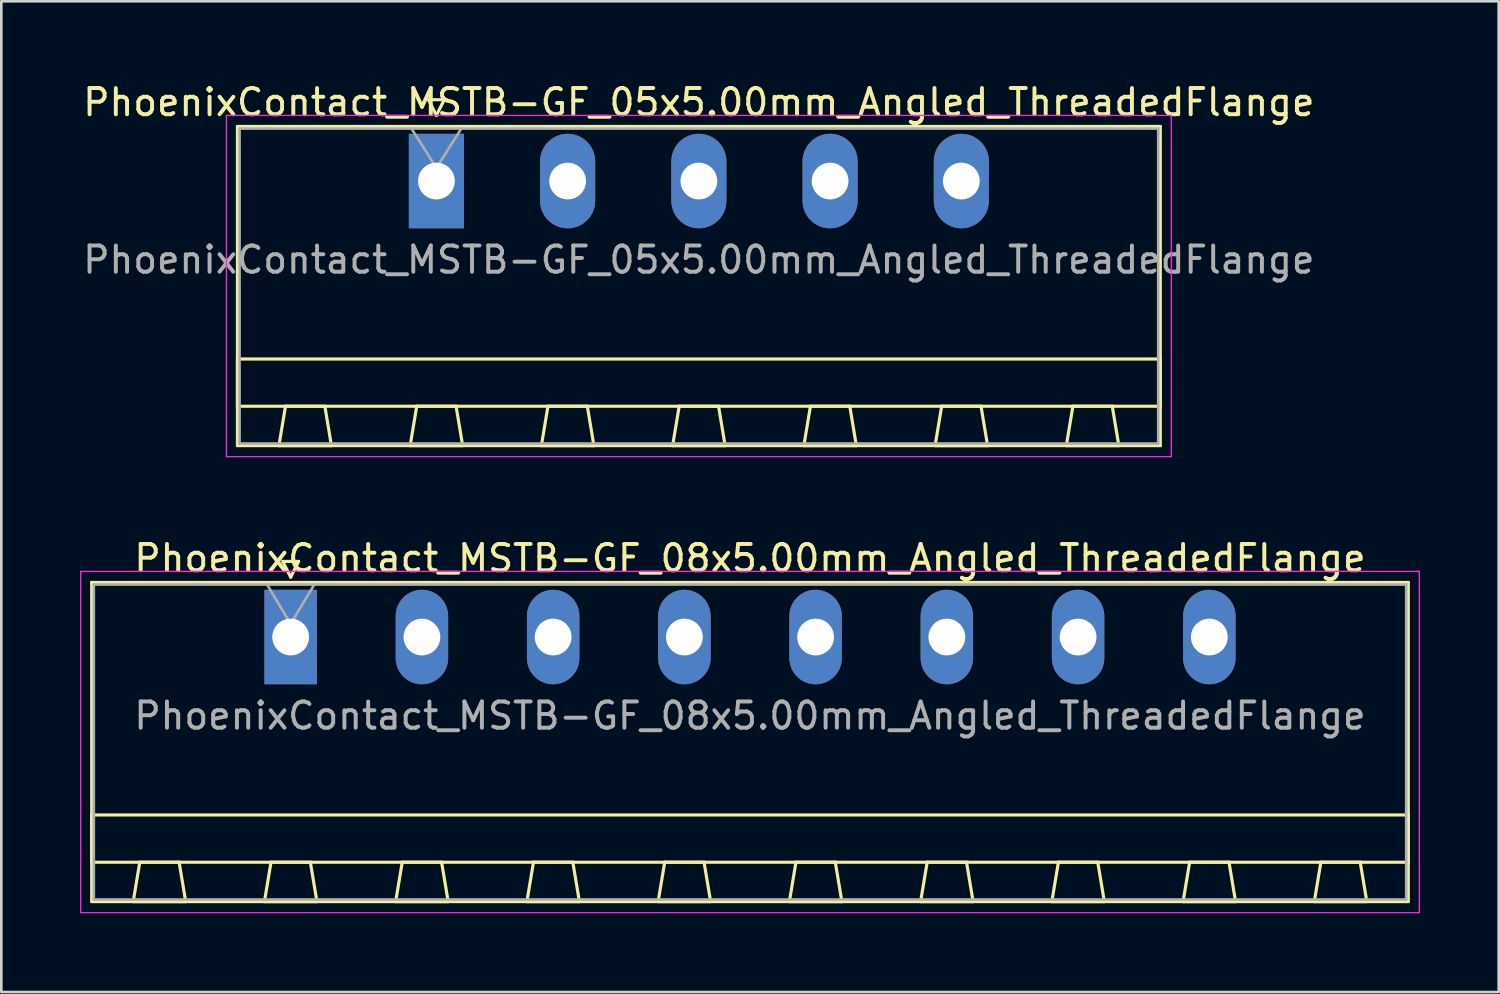
<source format=kicad_pcb>
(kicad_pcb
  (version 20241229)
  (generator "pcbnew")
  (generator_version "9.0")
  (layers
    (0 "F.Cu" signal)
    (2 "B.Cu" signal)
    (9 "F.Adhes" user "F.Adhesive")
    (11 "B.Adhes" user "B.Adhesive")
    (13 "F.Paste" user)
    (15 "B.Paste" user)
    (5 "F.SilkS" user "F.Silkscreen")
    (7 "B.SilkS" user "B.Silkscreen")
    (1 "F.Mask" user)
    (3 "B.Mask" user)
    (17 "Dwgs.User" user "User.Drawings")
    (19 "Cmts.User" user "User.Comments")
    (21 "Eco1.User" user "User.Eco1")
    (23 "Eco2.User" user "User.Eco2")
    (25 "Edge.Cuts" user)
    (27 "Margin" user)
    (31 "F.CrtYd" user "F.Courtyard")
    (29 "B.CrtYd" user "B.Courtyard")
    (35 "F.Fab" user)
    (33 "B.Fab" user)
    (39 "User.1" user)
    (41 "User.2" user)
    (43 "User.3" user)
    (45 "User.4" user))
  (footprint "PhoenixContact_MSTB-GF_05x5.00mm_Angled_ThreadedFlange"
    (layer "F.Cu")
    (at 13.577 3.848)
    (property "Reference" "PhoenixContact_MSTB-GF_05x5.00mm_Angled_ThreadedFlange" (at 10 -3 0) (layer "F.SilkS") (effects (font (size 1 1) (thickness 0.15))))
    (attr through_hole)
    (fp_line (start -7.58 -2.08) (end -7.58 10.08) (stroke (width 0.12) (type solid)) (layer "F.SilkS"))
    (fp_line (start -7.58 6.78) (end 27.58 6.78) (stroke (width 0.12) (type solid)) (layer "F.SilkS"))
    (fp_line (start -7.58 8.58) (end -7.58 6.78) (stroke (width 0.12) (type solid)) (layer "F.SilkS"))
    (fp_line (start -7.58 10.08) (end 27.58 10.08) (stroke (width 0.12) (type solid)) (layer "F.SilkS"))
    (fp_line (start -6 10.08) (end -4 10.08) (stroke (width 0.12) (type solid)) (layer "F.SilkS"))
    (fp_line (start -5.75 8.58) (end -6 10.08) (stroke (width 0.12) (type solid)) (layer "F.SilkS"))
    (fp_line (start -4.25 8.58) (end -5.75 8.58) (stroke (width 0.12) (type solid)) (layer "F.SilkS"))
    (fp_line (start -4 10.08) (end -4.25 8.58) (stroke (width 0.12) (type solid)) (layer "F.SilkS"))
    (fp_line (start -1 10.08) (end 1 10.08) (stroke (width 0.12) (type solid)) (layer "F.SilkS"))
    (fp_line (start -0.75 8.58) (end -1 10.08) (stroke (width 0.12) (type solid)) (layer "F.SilkS"))
    (fp_line (start -0.3 -3.1) (end 0.3 -3.1) (stroke (width 0.12) (type solid)) (layer "F.SilkS"))
    (fp_line (start 0 -2.5) (end -0.3 -3.1) (stroke (width 0.12) (type solid)) (layer "F.SilkS"))
    (fp_line (start 0.3 -3.1) (end 0 -2.5) (stroke (width 0.12) (type solid)) (layer "F.SilkS"))
    (fp_line (start 0.75 8.58) (end -0.75 8.58) (stroke (width 0.12) (type solid)) (layer "F.SilkS"))
    (fp_line (start 1 10.08) (end 0.75 8.58) (stroke (width 0.12) (type solid)) (layer "F.SilkS"))
    (fp_line (start 4 10.08) (end 6 10.08) (stroke (width 0.12) (type solid)) (layer "F.SilkS"))
    (fp_line (start 4.25 8.58) (end 4 10.08) (stroke (width 0.12) (type solid)) (layer "F.SilkS"))
    (fp_line (start 5.75 8.58) (end 4.25 8.58) (stroke (width 0.12) (type solid)) (layer "F.SilkS"))
    (fp_line (start 6 10.08) (end 5.75 8.58) (stroke (width 0.12) (type solid)) (layer "F.SilkS"))
    (fp_line (start 9 10.08) (end 11 10.08) (stroke (width 0.12) (type solid)) (layer "F.SilkS"))
    (fp_line (start 9.25 8.58) (end 9 10.08) (stroke (width 0.12) (type solid)) (layer "F.SilkS"))
    (fp_line (start 10.75 8.58) (end 9.25 8.58) (stroke (width 0.12) (type solid)) (layer "F.SilkS"))
    (fp_line (start 11 10.08) (end 10.75 8.58) (stroke (width 0.12) (type solid)) (layer "F.SilkS"))
    (fp_line (start 14 10.08) (end 16 10.08) (stroke (width 0.12) (type solid)) (layer "F.SilkS"))
    (fp_line (start 14.25 8.58) (end 14 10.08) (stroke (width 0.12) (type solid)) (layer "F.SilkS"))
    (fp_line (start 15.75 8.58) (end 14.25 8.58) (stroke (width 0.12) (type solid)) (layer "F.SilkS"))
    (fp_line (start 16 10.08) (end 15.75 8.58) (stroke (width 0.12) (type solid)) (layer "F.SilkS"))
    (fp_line (start 19 10.08) (end 21 10.08) (stroke (width 0.12) (type solid)) (layer "F.SilkS"))
    (fp_line (start 19.25 8.58) (end 19 10.08) (stroke (width 0.12) (type solid)) (layer "F.SilkS"))
    (fp_line (start 20.75 8.58) (end 19.25 8.58) (stroke (width 0.12) (type solid)) (layer "F.SilkS"))
    (fp_line (start 21 10.08) (end 20.75 8.58) (stroke (width 0.12) (type solid)) (layer "F.SilkS"))
    (fp_line (start 24 10.08) (end 26 10.08) (stroke (width 0.12) (type solid)) (layer "F.SilkS"))
    (fp_line (start 24.25 8.58) (end 24 10.08) (stroke (width 0.12) (type solid)) (layer "F.SilkS"))
    (fp_line (start 25.75 8.58) (end 24.25 8.58) (stroke (width 0.12) (type solid)) (layer "F.SilkS"))
    (fp_line (start 26 10.08) (end 25.75 8.58) (stroke (width 0.12) (type solid)) (layer "F.SilkS"))
    (fp_line (start 27.58 -2.08) (end -7.58 -2.08) (stroke (width 0.12) (type solid)) (layer "F.SilkS"))
    (fp_line (start 27.58 6.78) (end 27.58 8.58) (stroke (width 0.12) (type solid)) (layer "F.SilkS"))
    (fp_line (start 27.58 8.58) (end -7.58 8.58) (stroke (width 0.12) (type solid)) (layer "F.SilkS"))
    (fp_line (start 27.58 10.08) (end 27.58 -2.08) (stroke (width 0.12) (type solid)) (layer "F.SilkS"))
    (fp_line (start -8 -2.5) (end -8 10.5) (stroke (width 0.05) (type solid)) (layer "F.CrtYd"))
    (fp_line (start -8 10.5) (end 28 10.5) (stroke (width 0.05) (type solid)) (layer "F.CrtYd"))
    (fp_line (start 28 -2.5) (end -8 -2.5) (stroke (width 0.05) (type solid)) (layer "F.CrtYd"))
    (fp_line (start 28 10.5) (end 28 -2.5) (stroke (width 0.05) (type solid)) (layer "F.CrtYd"))
    (fp_line (start -7.5 -2) (end -7.5 10) (stroke (width 0.1) (type solid)) (layer "F.Fab"))
    (fp_line (start -7.5 10) (end 27.5 10) (stroke (width 0.1) (type solid)) (layer "F.Fab"))
    (fp_line (start 0 -0.5) (end -0.95 -2) (stroke (width 0.1) (type solid)) (layer "F.Fab"))
    (fp_line (start 0.95 -2) (end 0 -0.5) (stroke (width 0.1) (type solid)) (layer "F.Fab"))
    (fp_line (start 27.5 -2) (end -7.5 -2) (stroke (width 0.1) (type solid)) (layer "F.Fab"))
    (fp_line (start 27.5 10) (end 27.5 -2) (stroke (width 0.1) (type solid)) (layer "F.Fab"))
    (fp_text user "${REFERENCE}" (at 10 3 0) (layer "F.Fab") (effects (font (size 1 1) (thickness 0.15))))
    (pad "1" thru_hole rect (at 0 0) (size 2.1 3.6) (drill 1.4) (layers "*.Cu" "*.Mask"))
    (pad "2" thru_hole oval (at 5 0) (size 2.1 3.6) (drill 1.4) (layers "*.Cu" "*.Mask"))
    (pad "3" thru_hole oval (at 10 0) (size 2.1 3.6) (drill 1.4) (layers "*.Cu" "*.Mask"))
    (pad "4" thru_hole oval (at 15 0) (size 2.1 3.6) (drill 1.4) (layers "*.Cu" "*.Mask"))
    (pad "5" thru_hole oval (at 20 0) (size 2.1 3.6) (drill 1.4) (layers "*.Cu" "*.Mask")))
  (footprint "PhoenixContact_MSTB-GF_08x5.00mm_Angled_ThreadedFlange"
    (layer "F.Cu")
    (at 8.025 21.221)
    (property "Reference" "PhoenixContact_MSTB-GF_08x5.00mm_Angled_ThreadedFlange" (at 17.5 -3 0) (layer "F.SilkS") (effects (font (size 1 1) (thickness 0.15))))
    (attr through_hole)
    (fp_line (start -7.58 -2.08) (end -7.58 10.08) (stroke (width 0.12) (type solid)) (layer "F.SilkS"))
    (fp_line (start -7.58 6.78) (end 42.58 6.78) (stroke (width 0.12) (type solid)) (layer "F.SilkS"))
    (fp_line (start -7.58 8.58) (end -7.58 6.78) (stroke (width 0.12) (type solid)) (layer "F.SilkS"))
    (fp_line (start -7.58 10.08) (end 42.58 10.08) (stroke (width 0.12) (type solid)) (layer "F.SilkS"))
    (fp_line (start -6 10.08) (end -4 10.08) (stroke (width 0.12) (type solid)) (layer "F.SilkS"))
    (fp_line (start -5.75 8.58) (end -6 10.08) (stroke (width 0.12) (type solid)) (layer "F.SilkS"))
    (fp_line (start -4.25 8.58) (end -5.75 8.58) (stroke (width 0.12) (type solid)) (layer "F.SilkS"))
    (fp_line (start -4 10.08) (end -4.25 8.58) (stroke (width 0.12) (type solid)) (layer "F.SilkS"))
    (fp_line (start -1 10.08) (end 1 10.08) (stroke (width 0.12) (type solid)) (layer "F.SilkS"))
    (fp_line (start -0.75 8.58) (end -1 10.08) (stroke (width 0.12) (type solid)) (layer "F.SilkS"))
    (fp_line (start -0.3 -2.88) (end 0.3 -2.88) (stroke (width 0.12) (type solid)) (layer "F.SilkS"))
    (fp_line (start 0 -2.28) (end -0.3 -2.88) (stroke (width 0.12) (type solid)) (layer "F.SilkS"))
    (fp_line (start 0.3 -2.88) (end 0 -2.28) (stroke (width 0.12) (type solid)) (layer "F.SilkS"))
    (fp_line (start 0.75 8.58) (end -0.75 8.58) (stroke (width 0.12) (type solid)) (layer "F.SilkS"))
    (fp_line (start 1 10.08) (end 0.75 8.58) (stroke (width 0.12) (type solid)) (layer "F.SilkS"))
    (fp_line (start 4 10.08) (end 6 10.08) (stroke (width 0.12) (type solid)) (layer "F.SilkS"))
    (fp_line (start 4.25 8.58) (end 4 10.08) (stroke (width 0.12) (type solid)) (layer "F.SilkS"))
    (fp_line (start 5.75 8.58) (end 4.25 8.58) (stroke (width 0.12) (type solid)) (layer "F.SilkS"))
    (fp_line (start 6 10.08) (end 5.75 8.58) (stroke (width 0.12) (type solid)) (layer "F.SilkS"))
    (fp_line (start 9 10.08) (end 11 10.08) (stroke (width 0.12) (type solid)) (layer "F.SilkS"))
    (fp_line (start 9.25 8.58) (end 9 10.08) (stroke (width 0.12) (type solid)) (layer "F.SilkS"))
    (fp_line (start 10.75 8.58) (end 9.25 8.58) (stroke (width 0.12) (type solid)) (layer "F.SilkS"))
    (fp_line (start 11 10.08) (end 10.75 8.58) (stroke (width 0.12) (type solid)) (layer "F.SilkS"))
    (fp_line (start 14 10.08) (end 16 10.08) (stroke (width 0.12) (type solid)) (layer "F.SilkS"))
    (fp_line (start 14.25 8.58) (end 14 10.08) (stroke (width 0.12) (type solid)) (layer "F.SilkS"))
    (fp_line (start 15.75 8.58) (end 14.25 8.58) (stroke (width 0.12) (type solid)) (layer "F.SilkS"))
    (fp_line (start 16 10.08) (end 15.75 8.58) (stroke (width 0.12) (type solid)) (layer "F.SilkS"))
    (fp_line (start 19 10.08) (end 21 10.08) (stroke (width 0.12) (type solid)) (layer "F.SilkS"))
    (fp_line (start 19.25 8.58) (end 19 10.08) (stroke (width 0.12) (type solid)) (layer "F.SilkS"))
    (fp_line (start 20.75 8.58) (end 19.25 8.58) (stroke (width 0.12) (type solid)) (layer "F.SilkS"))
    (fp_line (start 21 10.08) (end 20.75 8.58) (stroke (width 0.12) (type solid)) (layer "F.SilkS"))
    (fp_line (start 24 10.08) (end 26 10.08) (stroke (width 0.12) (type solid)) (layer "F.SilkS"))
    (fp_line (start 24.25 8.58) (end 24 10.08) (stroke (width 0.12) (type solid)) (layer "F.SilkS"))
    (fp_line (start 25.75 8.58) (end 24.25 8.58) (stroke (width 0.12) (type solid)) (layer "F.SilkS"))
    (fp_line (start 26 10.08) (end 25.75 8.58) (stroke (width 0.12) (type solid)) (layer "F.SilkS"))
    (fp_line (start 29 10.08) (end 31 10.08) (stroke (width 0.12) (type solid)) (layer "F.SilkS"))
    (fp_line (start 29.25 8.58) (end 29 10.08) (stroke (width 0.12) (type solid)) (layer "F.SilkS"))
    (fp_line (start 30.75 8.58) (end 29.25 8.58) (stroke (width 0.12) (type solid)) (layer "F.SilkS"))
    (fp_line (start 31 10.08) (end 30.75 8.58) (stroke (width 0.12) (type solid)) (layer "F.SilkS"))
    (fp_line (start 34 10.08) (end 36 10.08) (stroke (width 0.12) (type solid)) (layer "F.SilkS"))
    (fp_line (start 34.25 8.58) (end 34 10.08) (stroke (width 0.12) (type solid)) (layer "F.SilkS"))
    (fp_line (start 35.75 8.58) (end 34.25 8.58) (stroke (width 0.12) (type solid)) (layer "F.SilkS"))
    (fp_line (start 36 10.08) (end 35.75 8.58) (stroke (width 0.12) (type solid)) (layer "F.SilkS"))
    (fp_line (start 39 10.08) (end 41 10.08) (stroke (width 0.12) (type solid)) (layer "F.SilkS"))
    (fp_line (start 39.25 8.58) (end 39 10.08) (stroke (width 0.12) (type solid)) (layer "F.SilkS"))
    (fp_line (start 40.75 8.58) (end 39.25 8.58) (stroke (width 0.12) (type solid)) (layer "F.SilkS"))
    (fp_line (start 41 10.08) (end 40.75 8.58) (stroke (width 0.12) (type solid)) (layer "F.SilkS"))
    (fp_line (start 42.58 -2.08) (end -7.58 -2.08) (stroke (width 0.12) (type solid)) (layer "F.SilkS"))
    (fp_line (start 42.58 6.78) (end 42.58 8.58) (stroke (width 0.12) (type solid)) (layer "F.SilkS"))
    (fp_line (start 42.58 8.58) (end -7.58 8.58) (stroke (width 0.12) (type solid)) (layer "F.SilkS"))
    (fp_line (start 42.58 10.08) (end 42.58 -2.08) (stroke (width 0.12) (type solid)) (layer "F.SilkS"))
    (fp_line (start -8 -2.5) (end -8 10.5) (stroke (width 0.05) (type solid)) (layer "F.CrtYd"))
    (fp_line (start -8 10.5) (end 43 10.5) (stroke (width 0.05) (type solid)) (layer "F.CrtYd"))
    (fp_line (start 43 -2.5) (end -8 -2.5) (stroke (width 0.05) (type solid)) (layer "F.CrtYd"))
    (fp_line (start 43 10.5) (end 43 -2.5) (stroke (width 0.05) (type solid)) (layer "F.CrtYd"))
    (fp_line (start -7.5 -2) (end -7.5 10) (stroke (width 0.1) (type solid)) (layer "F.Fab"))
    (fp_line (start -7.5 10) (end 42.5 10) (stroke (width 0.1) (type solid)) (layer "F.Fab"))
    (fp_line (start 0 -0.5) (end -0.9 -2) (stroke (width 0.1) (type solid)) (layer "F.Fab"))
    (fp_line (start 0.9 -2) (end 0 -0.5) (stroke (width 0.1) (type solid)) (layer "F.Fab"))
    (fp_line (start 42.5 -2) (end -7.5 -2) (stroke (width 0.1) (type solid)) (layer "F.Fab"))
    (fp_line (start 42.5 10) (end 42.5 -2) (stroke (width 0.1) (type solid)) (layer "F.Fab"))
    (fp_text user "${REFERENCE}" (at 17.5 3 0) (layer "F.Fab") (effects (font (size 1 1) (thickness 0.15))))
    (pad "1" thru_hole rect (at 0 0) (size 2 3.6) (drill 1.4) (layers "*.Cu" "*.Mask"))
    (pad "2" thru_hole oval (at 5 0) (size 2 3.6) (drill 1.4) (layers "*.Cu" "*.Mask"))
    (pad "3" thru_hole oval (at 10 0) (size 2 3.6) (drill 1.4) (layers "*.Cu" "*.Mask"))
    (pad "4" thru_hole oval (at 15 0) (size 2 3.6) (drill 1.4) (layers "*.Cu" "*.Mask"))
    (pad "5" thru_hole oval (at 20 0) (size 2 3.6) (drill 1.4) (layers "*.Cu" "*.Mask"))
    (pad "6" thru_hole oval (at 25 0) (size 2 3.6) (drill 1.4) (layers "*.Cu" "*.Mask"))
    (pad "7" thru_hole oval (at 30 0) (size 2 3.6) (drill 1.4) (layers "*.Cu" "*.Mask"))
    (pad "8" thru_hole oval (at 35 0) (size 2 3.6) (drill 1.4) (layers "*.Cu" "*.Mask")))
  (gr_rect
    (start -3 -3)
    (end 54.05 34.746)
    (stroke (width 0.1) (type default))
    (fill no)
    (layer "Edge.Cuts")))
</source>
